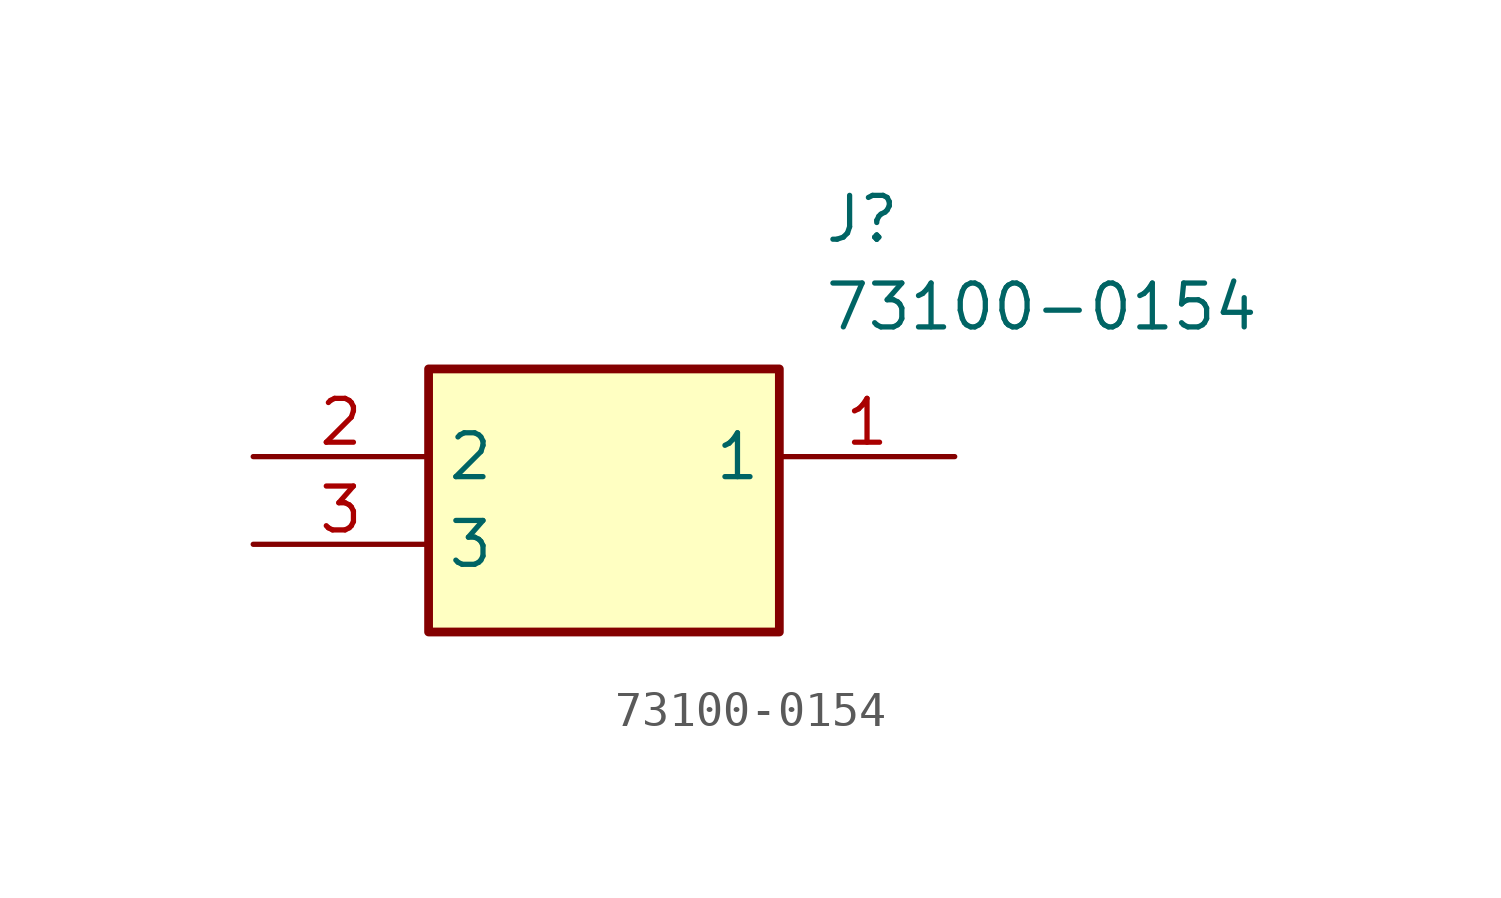
<source format=kicad_sym>
(kicad_symbol_lib
  (version 20211014)
  (generator SamacSys_ECAD_Model)
  (symbol "73100-0154"
    (property "Reference" "J"
      (at 16.51 7.62 0)
      (effects (font (size 1.27 1.27)) (justify left top)))
    (property "Value" "73100-0154"
      (at 16.51 5.08 0)
      (effects (font (size 1.27 1.27)) (justify left top)))
    (rectangle
      (start 5.08 2.54)
      (end 15.24 -5.08)
      (stroke (width 0.254) (type default))
      (fill (type background)))
    (pin passive line
      (at 20.32 0 180)
      (length 5.08)
      (name "1" (effects (font (size 1.27 1.27))))
      (number "1" (effects (font (size 1.27 1.27)))))
    (pin passive line
      (at 0 0 0)
      (length 5.08)
      (name "2" (effects (font (size 1.27 1.27))))
      (number "2" (effects (font (size 1.27 1.27)))))
    (pin passive line
      (at 0 -2.54 0)
      (length 5.08)
      (name "3" (effects (font (size 1.27 1.27))))
      (number "3" (effects (font (size 1.27 1.27)))))))
</source>
